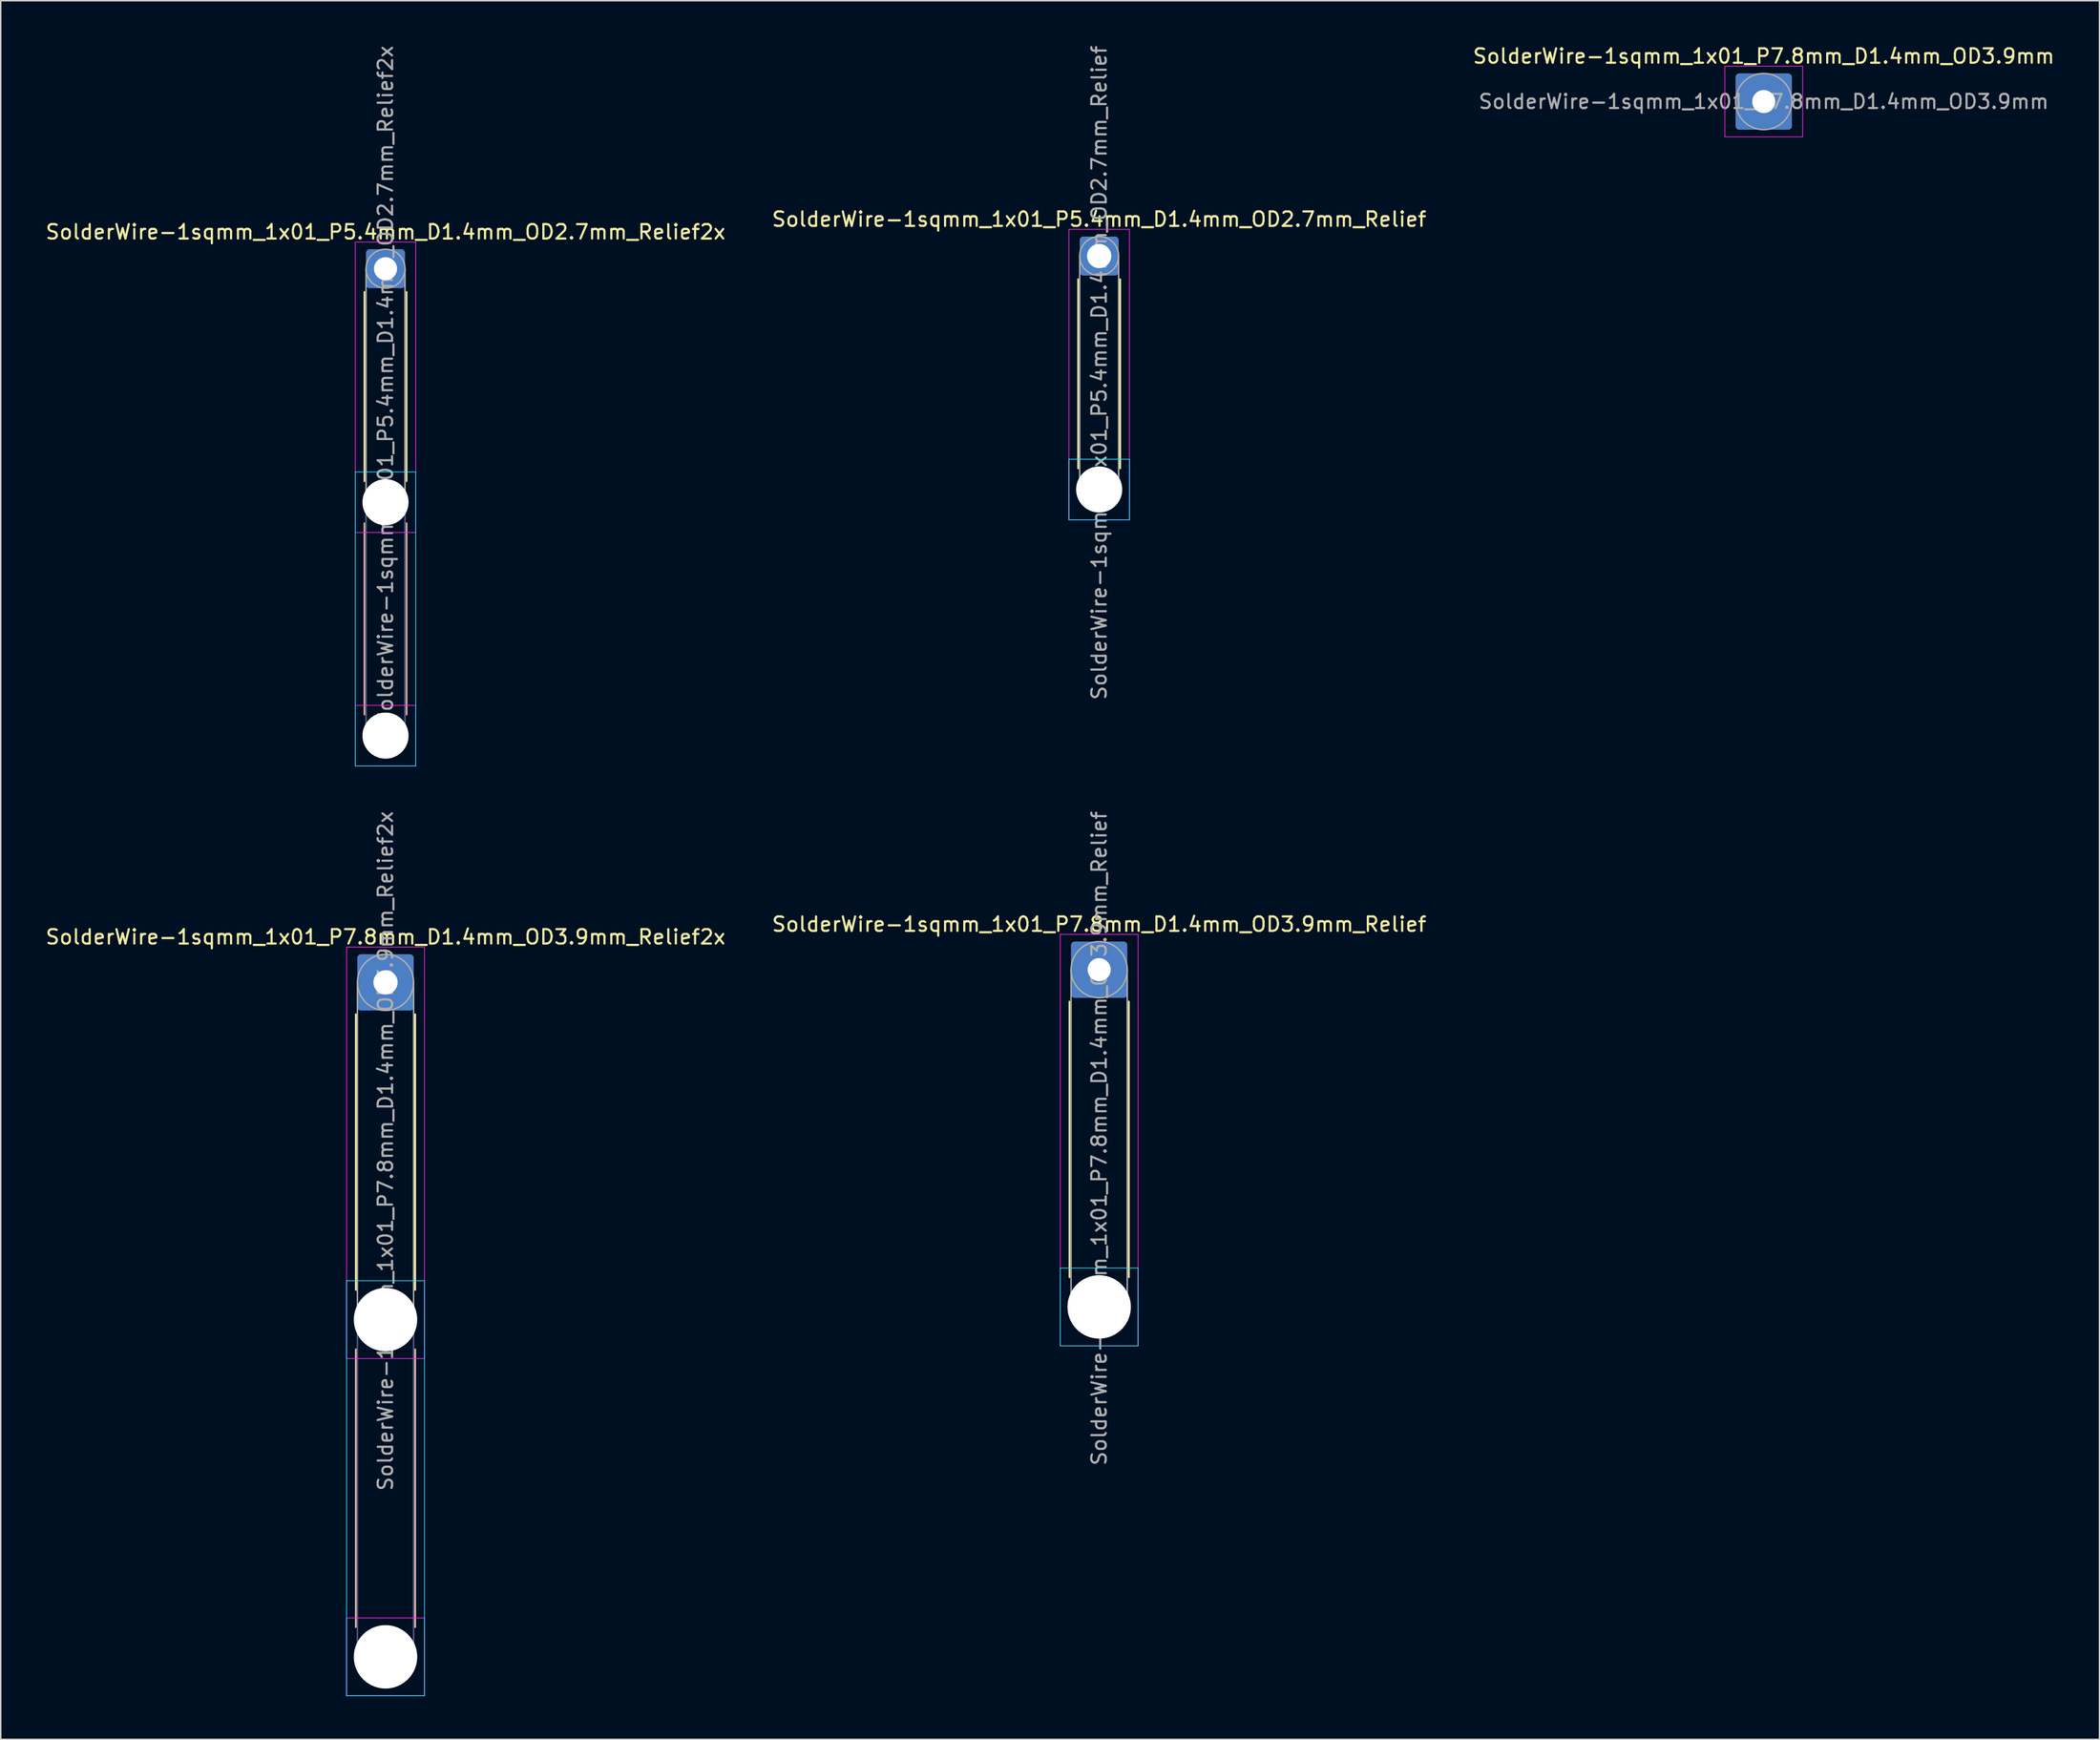
<source format=kicad_pcb>
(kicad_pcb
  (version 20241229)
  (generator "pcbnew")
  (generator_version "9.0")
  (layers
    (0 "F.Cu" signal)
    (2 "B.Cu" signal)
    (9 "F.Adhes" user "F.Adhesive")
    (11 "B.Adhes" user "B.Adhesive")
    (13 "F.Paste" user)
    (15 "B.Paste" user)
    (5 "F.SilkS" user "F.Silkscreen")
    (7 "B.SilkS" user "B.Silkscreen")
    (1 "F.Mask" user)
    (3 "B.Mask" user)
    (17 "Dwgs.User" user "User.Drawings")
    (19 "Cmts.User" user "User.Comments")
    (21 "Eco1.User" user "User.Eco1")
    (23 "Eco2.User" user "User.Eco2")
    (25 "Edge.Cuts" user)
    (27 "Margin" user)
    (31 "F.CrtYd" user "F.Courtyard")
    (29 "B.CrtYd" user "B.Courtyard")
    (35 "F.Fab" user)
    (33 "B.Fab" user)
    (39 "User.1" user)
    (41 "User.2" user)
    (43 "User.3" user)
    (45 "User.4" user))
  (footprint "SolderWire-1sqmm_1x01_P7.8mm_D1.4mm_OD3.9mm_Relief"
    (layer "F.Cu")
    (at 73.208 64.237)
    (property "Reference" "SolderWire-1sqmm_1x01_P7.8mm_D1.4mm_OD3.9mm_Relief" (at 0 -3.15 0) (layer "F.SilkS") (effects (font (size 1 1) (thickness 0.15))))
    (attr exclude_from_pos_files exclude_from_bom)
    (fp_line (start -2.06 2.21) (end -2.06 21.34) (stroke (width 0.12) (type solid)) (layer "F.SilkS"))
    (fp_line (start 2.06 2.21) (end 2.06 21.34) (stroke (width 0.12) (type solid)) (layer "F.SilkS"))
    (fp_line (start -2.7 20.7) (end -2.7 26.1) (stroke (width 0.05) (type solid)) (layer "B.CrtYd"))
    (fp_line (start -2.7 26.1) (end 2.7 26.1) (stroke (width 0.05) (type solid)) (layer "B.CrtYd"))
    (fp_line (start 2.7 20.7) (end -2.7 20.7) (stroke (width 0.05) (type solid)) (layer "B.CrtYd"))
    (fp_line (start 2.7 26.1) (end 2.7 20.7) (stroke (width 0.05) (type solid)) (layer "B.CrtYd"))
    (fp_line (start -2.7 -2.45) (end -2.7 26.1) (stroke (width 0.05) (type solid)) (layer "F.CrtYd"))
    (fp_line (start -2.7 26.1) (end 2.7 26.1) (stroke (width 0.05) (type solid)) (layer "F.CrtYd"))
    (fp_line (start 2.7 -2.45) (end -2.7 -2.45) (stroke (width 0.05) (type solid)) (layer "F.CrtYd"))
    (fp_line (start 2.7 26.1) (end 2.7 -2.45) (stroke (width 0.05) (type solid)) (layer "F.CrtYd"))
    (fp_line (start -1.95 0) (end -1.95 23.4) (stroke (width 0.1) (type solid)) (layer "F.Fab"))
    (fp_line (start 1.95 0) (end 1.95 23.4) (stroke (width 0.1) (type solid)) (layer "F.Fab"))
    (fp_circle (center 0 0) (end 1.95 0) (stroke (width 0.1) (type solid)) (fill no) (layer "F.Fab"))
    (fp_circle (center 0 23.4) (end 1.95 23.4) (stroke (width 0.1) (type solid)) (fill no) (layer "F.Fab"))
    (fp_text user "${REFERENCE}" (at 0 11.7 90) (layer "F.Fab") (effects (font (size 1 1) (thickness 0.15))))
    (pad "" np_thru_hole circle (at 0 23.4) (size 4.4 4.4) (drill 4.4) (layers "*.Cu" "*.Mask"))
    (pad "1" thru_hole roundrect (at 0 0) (size 3.9 3.9) (drill 1.6) (layers "*.Cu" "*.Mask") (roundrect_rratio 0.064)))
  (footprint "SolderWire-1sqmm_1x01_P7.8mm_D1.4mm_OD3.9mm"
    (layer "F.Cu")
    (at 119.315 3.998)
    (property "Reference" "SolderWire-1sqmm_1x01_P7.8mm_D1.4mm_OD3.9mm" (at 0 -3.15 0) (layer "F.SilkS") (effects (font (size 1 1) (thickness 0.15))))
    (attr exclude_from_pos_files exclude_from_bom)
    (fp_line (start -2.7 -2.45) (end -2.7 2.45) (stroke (width 0.05) (type solid)) (layer "F.CrtYd"))
    (fp_line (start -2.7 2.45) (end 2.7 2.45) (stroke (width 0.05) (type solid)) (layer "F.CrtYd"))
    (fp_line (start 2.7 -2.45) (end -2.7 -2.45) (stroke (width 0.05) (type solid)) (layer "F.CrtYd"))
    (fp_line (start 2.7 2.45) (end 2.7 -2.45) (stroke (width 0.05) (type solid)) (layer "F.CrtYd"))
    (fp_circle (center 0 0) (end 1.95 0) (stroke (width 0.1) (type solid)) (fill no) (layer "F.Fab"))
    (fp_text user "${REFERENCE}" (at 0 0 0) (layer "F.Fab") (effects (font (size 0.98 0.98) (thickness 0.15))))
    (pad "1" thru_hole roundrect (at 0 0) (size 3.9 3.9) (drill 1.6) (layers "*.Cu" "*.Mask") (roundrect_rratio 0.064)))
  (footprint "SolderWire-1sqmm_1x01_P5.4mm_D1.4mm_OD2.7mm_Relief2x"
    (layer "F.Cu")
    (at 23.696 15.596)
    (property "Reference" "SolderWire-1sqmm_1x01_P5.4mm_D1.4mm_OD2.7mm_Relief2x" (at 0 -2.55 0) (layer "F.SilkS") (effects (font (size 1 1) (thickness 0.15))))
    (attr exclude_from_pos_files exclude_from_bom)
    (fp_line (start -1.46 1.61) (end -1.46 14.74) (stroke (width 0.12) (type solid)) (layer "F.SilkS"))
    (fp_line (start 1.46 1.61) (end 1.46 14.74) (stroke (width 0.12) (type solid)) (layer "F.SilkS"))
    (fp_line (start -1.46 17.66) (end -1.46 30.94) (stroke (width 0.12) (type solid)) (layer "B.SilkS"))
    (fp_line (start 1.46 17.66) (end 1.46 30.94) (stroke (width 0.12) (type solid)) (layer "B.SilkS"))
    (fp_line (start -2.1 14.1) (end -2.1 34.5) (stroke (width 0.05) (type solid)) (layer "B.CrtYd"))
    (fp_line (start -2.1 34.5) (end 2.1 34.5) (stroke (width 0.05) (type solid)) (layer "B.CrtYd"))
    (fp_line (start 2.1 14.1) (end -2.1 14.1) (stroke (width 0.05) (type solid)) (layer "B.CrtYd"))
    (fp_line (start 2.1 34.5) (end 2.1 14.1) (stroke (width 0.05) (type solid)) (layer "B.CrtYd"))
    (fp_line (start -2.1 -1.85) (end -2.1 18.3) (stroke (width 0.05) (type solid)) (layer "F.CrtYd"))
    (fp_line (start -2.1 18.3) (end 2.1 18.3) (stroke (width 0.05) (type solid)) (layer "F.CrtYd"))
    (fp_line (start -2.1 30.3) (end -2.1 34.5) (stroke (width 0.05) (type solid)) (layer "F.CrtYd"))
    (fp_line (start -2.1 34.5) (end 2.1 34.5) (stroke (width 0.05) (type solid)) (layer "F.CrtYd"))
    (fp_line (start 2.1 -1.85) (end -2.1 -1.85) (stroke (width 0.05) (type solid)) (layer "F.CrtYd"))
    (fp_line (start 2.1 18.3) (end 2.1 -1.85) (stroke (width 0.05) (type solid)) (layer "F.CrtYd"))
    (fp_line (start 2.1 30.3) (end -2.1 30.3) (stroke (width 0.05) (type solid)) (layer "F.CrtYd"))
    (fp_line (start 2.1 34.5) (end 2.1 30.3) (stroke (width 0.05) (type solid)) (layer "F.CrtYd"))
    (fp_line (start -1.35 16.2) (end -1.35 32.4) (stroke (width 0.1) (type solid)) (layer "B.Fab"))
    (fp_line (start 1.35 16.2) (end 1.35 32.4) (stroke (width 0.1) (type solid)) (layer "B.Fab"))
    (fp_circle (center 0 16.2) (end 1.35 16.2) (stroke (width 0.1) (type solid)) (fill no) (layer "B.Fab"))
    (fp_circle (center 0 32.4) (end 1.35 32.4) (stroke (width 0.1) (type solid)) (fill no) (layer "B.Fab"))
    (fp_line (start -1.35 0) (end -1.35 16.2) (stroke (width 0.1) (type solid)) (layer "F.Fab"))
    (fp_line (start 1.35 0) (end 1.35 16.2) (stroke (width 0.1) (type solid)) (layer "F.Fab"))
    (fp_circle (center 0 0) (end 1.35 0) (stroke (width 0.1) (type solid)) (fill no) (layer "F.Fab"))
    (fp_circle (center 0 16.2) (end 1.35 16.2) (stroke (width 0.1) (type solid)) (fill no) (layer "F.Fab"))
    (fp_circle (center 0 32.4) (end 1.35 32.4) (stroke (width 0.1) (type solid)) (fill no) (layer "F.Fab"))
    (fp_text user "${REFERENCE}" (at 0 8.1 90) (layer "F.Fab") (effects (font (size 1 1) (thickness 0.15))))
    (pad "" np_thru_hole circle (at 0 16.2) (size 3.2 3.2) (drill 3.2) (layers "*.Cu" "*.Mask"))
    (pad "" np_thru_hole circle (at 0 32.4) (size 3.2 3.2) (drill 3.2) (layers "*.Cu" "*.Mask"))
    (pad "1" thru_hole roundrect (at 0 0) (size 2.7 2.7) (drill 1.6) (layers "*.Cu" "*.Mask") (roundrect_rratio 0.093)))
  (footprint "SolderWire-1sqmm_1x01_P7.8mm_D1.4mm_OD3.9mm_Relief2x"
    (layer "F.Cu")
    (at 23.696 65.118)
    (property "Reference" "SolderWire-1sqmm_1x01_P7.8mm_D1.4mm_OD3.9mm_Relief2x" (at 0 -3.15 0) (layer "F.SilkS") (effects (font (size 1 1) (thickness 0.15))))
    (attr exclude_from_pos_files exclude_from_bom)
    (fp_line (start -2.06 2.21) (end -2.06 21.34) (stroke (width 0.12) (type solid)) (layer "F.SilkS"))
    (fp_line (start 2.06 2.21) (end 2.06 21.34) (stroke (width 0.12) (type solid)) (layer "F.SilkS"))
    (fp_line (start -2.06 25.46) (end -2.06 44.74) (stroke (width 0.12) (type solid)) (layer "B.SilkS"))
    (fp_line (start 2.06 25.46) (end 2.06 44.74) (stroke (width 0.12) (type solid)) (layer "B.SilkS"))
    (fp_line (start -2.7 20.7) (end -2.7 49.5) (stroke (width 0.05) (type solid)) (layer "B.CrtYd"))
    (fp_line (start -2.7 49.5) (end 2.7 49.5) (stroke (width 0.05) (type solid)) (layer "B.CrtYd"))
    (fp_line (start 2.7 20.7) (end -2.7 20.7) (stroke (width 0.05) (type solid)) (layer "B.CrtYd"))
    (fp_line (start 2.7 49.5) (end 2.7 20.7) (stroke (width 0.05) (type solid)) (layer "B.CrtYd"))
    (fp_line (start -2.7 -2.45) (end -2.7 26.1) (stroke (width 0.05) (type solid)) (layer "F.CrtYd"))
    (fp_line (start -2.7 26.1) (end 2.7 26.1) (stroke (width 0.05) (type solid)) (layer "F.CrtYd"))
    (fp_line (start -2.7 44.1) (end -2.7 49.5) (stroke (width 0.05) (type solid)) (layer "F.CrtYd"))
    (fp_line (start -2.7 49.5) (end 2.7 49.5) (stroke (width 0.05) (type solid)) (layer "F.CrtYd"))
    (fp_line (start 2.7 -2.45) (end -2.7 -2.45) (stroke (width 0.05) (type solid)) (layer "F.CrtYd"))
    (fp_line (start 2.7 26.1) (end 2.7 -2.45) (stroke (width 0.05) (type solid)) (layer "F.CrtYd"))
    (fp_line (start 2.7 44.1) (end -2.7 44.1) (stroke (width 0.05) (type solid)) (layer "F.CrtYd"))
    (fp_line (start 2.7 49.5) (end 2.7 44.1) (stroke (width 0.05) (type solid)) (layer "F.CrtYd"))
    (fp_line (start -1.95 23.4) (end -1.95 46.8) (stroke (width 0.1) (type solid)) (layer "B.Fab"))
    (fp_line (start 1.95 23.4) (end 1.95 46.8) (stroke (width 0.1) (type solid)) (layer "B.Fab"))
    (fp_circle (center 0 23.4) (end 1.95 23.4) (stroke (width 0.1) (type solid)) (fill no) (layer "B.Fab"))
    (fp_circle (center 0 46.8) (end 1.95 46.8) (stroke (width 0.1) (type solid)) (fill no) (layer "B.Fab"))
    (fp_line (start -1.95 0) (end -1.95 23.4) (stroke (width 0.1) (type solid)) (layer "F.Fab"))
    (fp_line (start 1.95 0) (end 1.95 23.4) (stroke (width 0.1) (type solid)) (layer "F.Fab"))
    (fp_circle (center 0 0) (end 1.95 0) (stroke (width 0.1) (type solid)) (fill no) (layer "F.Fab"))
    (fp_circle (center 0 23.4) (end 1.95 23.4) (stroke (width 0.1) (type solid)) (fill no) (layer "F.Fab"))
    (fp_circle (center 0 46.8) (end 1.95 46.8) (stroke (width 0.1) (type solid)) (fill no) (layer "F.Fab"))
    (fp_text user "${REFERENCE}" (at 0 11.7 90) (layer "F.Fab") (effects (font (size 1 1) (thickness 0.15))))
    (pad "" np_thru_hole circle (at 0 23.4) (size 4.4 4.4) (drill 4.4) (layers "*.Cu" "*.Mask"))
    (pad "" np_thru_hole circle (at 0 46.8) (size 4.4 4.4) (drill 4.4) (layers "*.Cu" "*.Mask"))
    (pad "1" thru_hole roundrect (at 0 0) (size 3.9 3.9) (drill 1.68) (layers "*.Cu" "*.Mask") (roundrect_rratio 0.064)))
  (footprint "SolderWire-1sqmm_1x01_P5.4mm_D1.4mm_OD2.7mm_Relief"
    (layer "F.Cu")
    (at 73.208 14.715)
    (property "Reference" "SolderWire-1sqmm_1x01_P5.4mm_D1.4mm_OD2.7mm_Relief" (at 0 -2.55 0) (layer "F.SilkS") (effects (font (size 1 1) (thickness 0.15))))
    (attr exclude_from_pos_files exclude_from_bom)
    (fp_line (start -1.46 1.61) (end -1.46 14.74) (stroke (width 0.12) (type solid)) (layer "F.SilkS"))
    (fp_line (start 1.46 1.61) (end 1.46 14.74) (stroke (width 0.12) (type solid)) (layer "F.SilkS"))
    (fp_line (start -2.1 14.1) (end -2.1 18.3) (stroke (width 0.05) (type solid)) (layer "B.CrtYd"))
    (fp_line (start -2.1 18.3) (end 2.1 18.3) (stroke (width 0.05) (type solid)) (layer "B.CrtYd"))
    (fp_line (start 2.1 14.1) (end -2.1 14.1) (stroke (width 0.05) (type solid)) (layer "B.CrtYd"))
    (fp_line (start 2.1 18.3) (end 2.1 14.1) (stroke (width 0.05) (type solid)) (layer "B.CrtYd"))
    (fp_line (start -2.1 -1.85) (end -2.1 18.3) (stroke (width 0.05) (type solid)) (layer "F.CrtYd"))
    (fp_line (start -2.1 18.3) (end 2.1 18.3) (stroke (width 0.05) (type solid)) (layer "F.CrtYd"))
    (fp_line (start 2.1 -1.85) (end -2.1 -1.85) (stroke (width 0.05) (type solid)) (layer "F.CrtYd"))
    (fp_line (start 2.1 18.3) (end 2.1 -1.85) (stroke (width 0.05) (type solid)) (layer "F.CrtYd"))
    (fp_line (start -1.35 0) (end -1.35 16.2) (stroke (width 0.1) (type solid)) (layer "F.Fab"))
    (fp_line (start 1.35 0) (end 1.35 16.2) (stroke (width 0.1) (type solid)) (layer "F.Fab"))
    (fp_circle (center 0 0) (end 1.35 0) (stroke (width 0.1) (type solid)) (fill no) (layer "F.Fab"))
    (fp_circle (center 0 16.2) (end 1.35 16.2) (stroke (width 0.1) (type solid)) (fill no) (layer "F.Fab"))
    (fp_text user "${REFERENCE}" (at 0 8.1 90) (layer "F.Fab") (effects (font (size 1 1) (thickness 0.15))))
    (pad "" np_thru_hole circle (at 0 16.2) (size 3.2 3.2) (drill 3.2) (layers "*.Cu" "*.Mask"))
    (pad "1" thru_hole roundrect (at 0 0) (size 2.7 2.7) (drill 1.68) (layers "*.Cu" "*.Mask") (roundrect_rratio 0.093)))
  (gr_rect
    (start -3 -3)
    (end 142.607 117.643)
    (stroke (width 0.1) (type default))
    (fill no)
    (layer "Edge.Cuts")))
</source>
